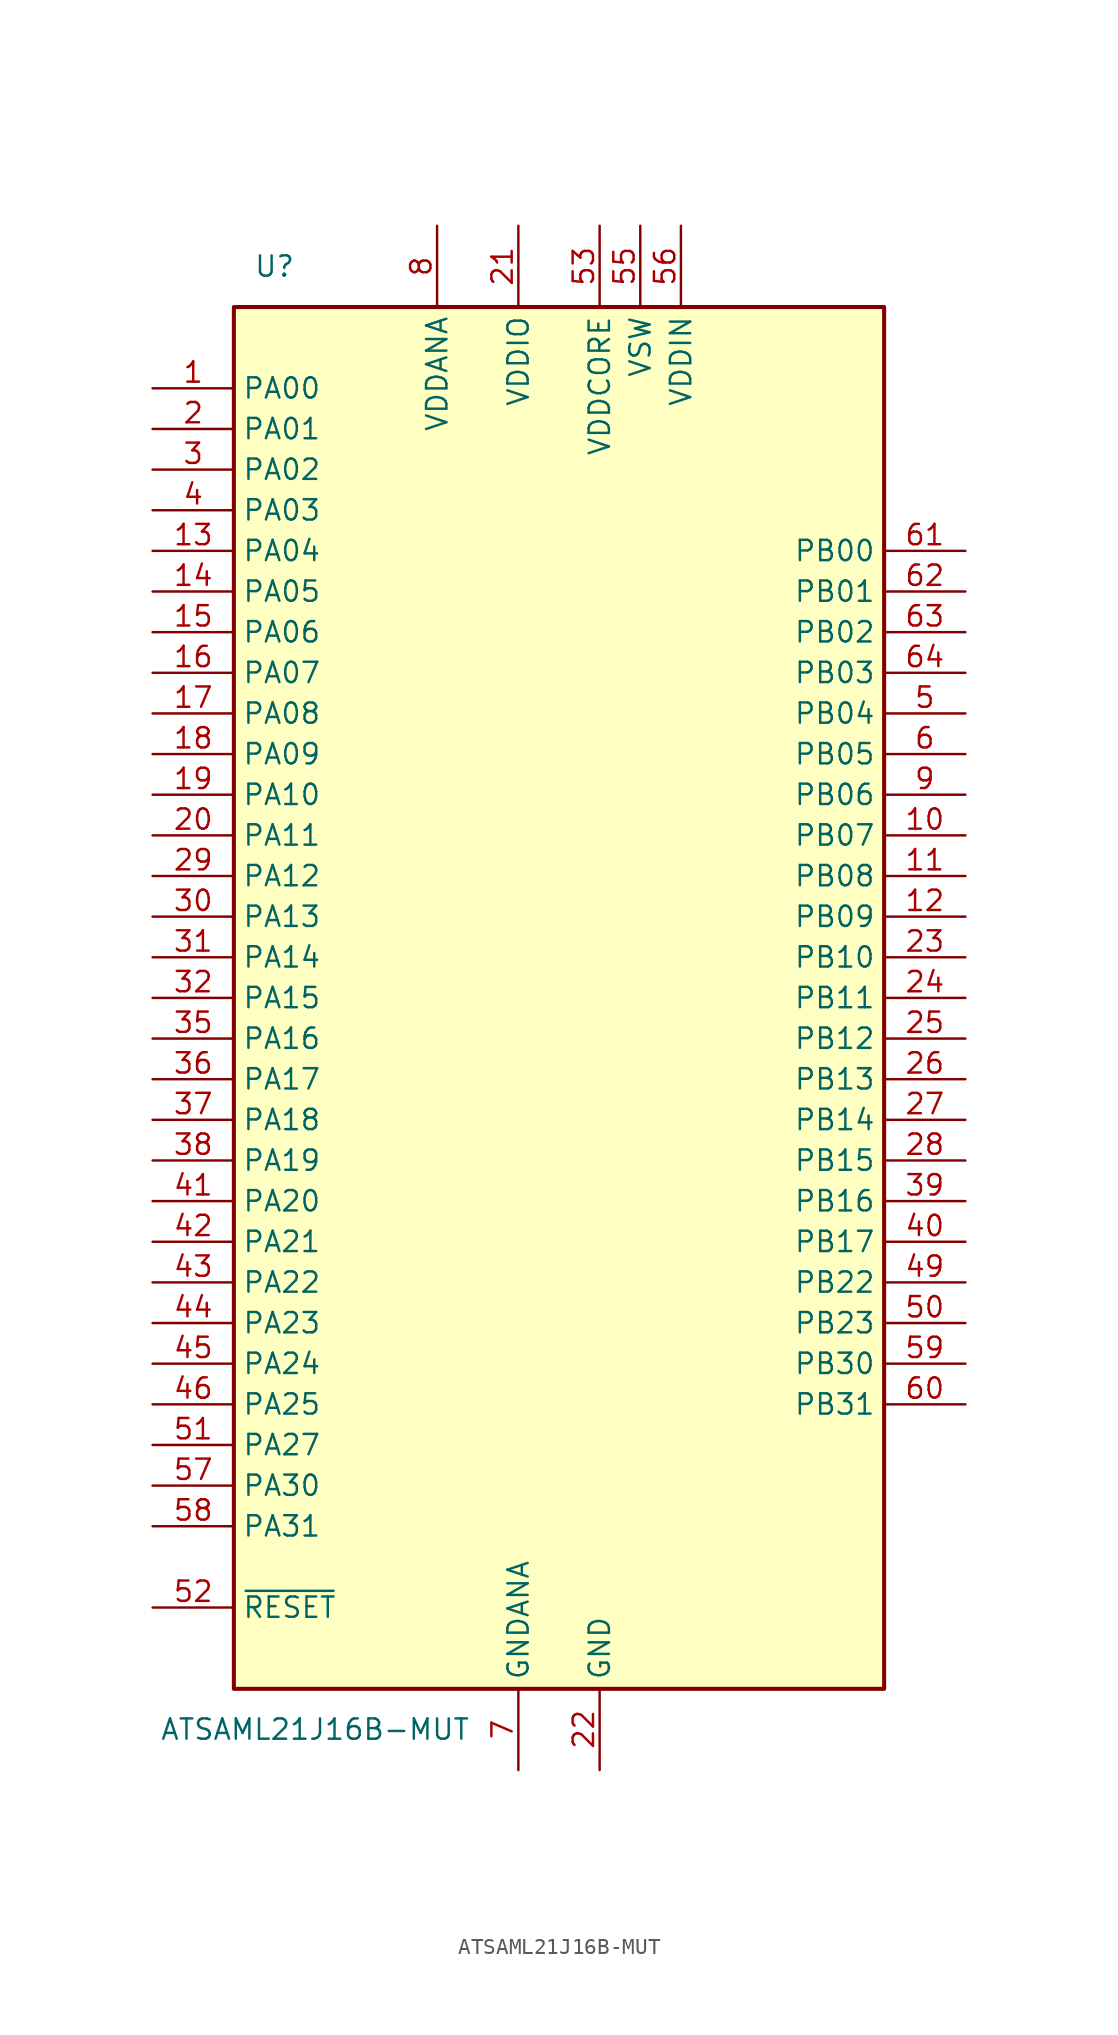
<source format=kicad_sym>
(kicad_symbol_lib
  (version 20211014)
  (generator kicad_symbol_editor)
  (symbol "ATSAML21J16B-MUT"
    (property "Reference" "U"
      (at -17.78 45.72 0)
      (effects (font (size 1.27 1.27))))
    (property "Value" "ATSAML21J16B-MUT"
      (at -15.24 -45.72 0)
      (effects (font (size 1.27 1.27))))
    (symbol "ATSAML21J16B-MUT_0_1"
      (rectangle (start -20.32 43.18) (end 20.32 -43.18) (stroke (width 0.254) (type default) (color 0 0 0 0)) (fill (type background))))
    (symbol "ATSAML21J16B-MUT_1_1"
      (pin bidirectional line (at -25.4 38.1 0) (length 5.08) (name "PA00" (effects (font (size 1.27 1.27)))) (number "1" (effects (font (size 1.27 1.27)))))
      (pin bidirectional line (at 25.4 10.16 180) (length 5.08) (name "PB07" (effects (font (size 1.27 1.27)))) (number "10" (effects (font (size 1.27 1.27)))))
      (pin bidirectional line (at 25.4 7.62 180) (length 5.08) (name "PB08" (effects (font (size 1.27 1.27)))) (number "11" (effects (font (size 1.27 1.27)))))
      (pin bidirectional line (at 25.4 5.08 180) (length 5.08) (name "PB09" (effects (font (size 1.27 1.27)))) (number "12" (effects (font (size 1.27 1.27)))))
      (pin bidirectional line (at -25.4 27.94 0) (length 5.08) (name "PA04" (effects (font (size 1.27 1.27)))) (number "13" (effects (font (size 1.27 1.27)))))
      (pin bidirectional line (at -25.4 25.4 0) (length 5.08) (name "PA05" (effects (font (size 1.27 1.27)))) (number "14" (effects (font (size 1.27 1.27)))))
      (pin bidirectional line (at -25.4 22.86 0) (length 5.08) (name "PA06" (effects (font (size 1.27 1.27)))) (number "15" (effects (font (size 1.27 1.27)))))
      (pin bidirectional line (at -25.4 20.32 0) (length 5.08) (name "PA07" (effects (font (size 1.27 1.27)))) (number "16" (effects (font (size 1.27 1.27)))))
      (pin bidirectional line (at -25.4 17.78 0) (length 5.08) (name "PA08" (effects (font (size 1.27 1.27)))) (number "17" (effects (font (size 1.27 1.27)))))
      (pin bidirectional line (at -25.4 15.24 0) (length 5.08) (name "PA09" (effects (font (size 1.27 1.27)))) (number "18" (effects (font (size 1.27 1.27)))))
      (pin bidirectional line (at -25.4 12.7 0) (length 5.08) (name "PA10" (effects (font (size 1.27 1.27)))) (number "19" (effects (font (size 1.27 1.27)))))
      (pin bidirectional line (at -25.4 35.56 0) (length 5.08) (name "PA01" (effects (font (size 1.27 1.27)))) (number "2" (effects (font (size 1.27 1.27)))))
      (pin bidirectional line (at -25.4 10.16 0) (length 5.08) (name "PA11" (effects (font (size 1.27 1.27)))) (number "20" (effects (font (size 1.27 1.27)))))
      (pin power_in line (at -2.54 48.26 270) (length 5.08) (name "VDDIO" (effects (font (size 1.27 1.27)))) (number "21" (effects (font (size 1.27 1.27)))))
      (pin power_in line (at 2.54 -48.26 90) (length 5.08) (name "GND" (effects (font (size 1.27 1.27)))) (number "22" (effects (font (size 1.27 1.27)))))
      (pin bidirectional line (at 25.4 2.54 180) (length 5.08) (name "PB10" (effects (font (size 1.27 1.27)))) (number "23" (effects (font (size 1.27 1.27)))))
      (pin bidirectional line (at 25.4 0 180) (length 5.08) (name "PB11" (effects (font (size 1.27 1.27)))) (number "24" (effects (font (size 1.27 1.27)))))
      (pin bidirectional line (at 25.4 -2.54 180) (length 5.08) (name "PB12" (effects (font (size 1.27 1.27)))) (number "25" (effects (font (size 1.27 1.27)))))
      (pin bidirectional line (at 25.4 -5.08 180) (length 5.08) (name "PB13" (effects (font (size 1.27 1.27)))) (number "26" (effects (font (size 1.27 1.27)))))
      (pin bidirectional line (at 25.4 -7.62 180) (length 5.08) (name "PB14" (effects (font (size 1.27 1.27)))) (number "27" (effects (font (size 1.27 1.27)))))
      (pin bidirectional line (at 25.4 -10.16 180) (length 5.08) (name "PB15" (effects (font (size 1.27 1.27)))) (number "28" (effects (font (size 1.27 1.27)))))
      (pin bidirectional line (at -25.4 7.62 0) (length 5.08) (name "PA12" (effects (font (size 1.27 1.27)))) (number "29" (effects (font (size 1.27 1.27)))))
      (pin bidirectional line (at -25.4 33.02 0) (length 5.08) (name "PA02" (effects (font (size 1.27 1.27)))) (number "3" (effects (font (size 1.27 1.27)))))
      (pin bidirectional line (at -25.4 5.08 0) (length 5.08) (name "PA13" (effects (font (size 1.27 1.27)))) (number "30" (effects (font (size 1.27 1.27)))))
      (pin bidirectional line (at -25.4 2.54 0) (length 5.08) (name "PA14" (effects (font (size 1.27 1.27)))) (number "31" (effects (font (size 1.27 1.27)))))
      (pin bidirectional line (at -25.4 0 0) (length 5.08) (name "PA15" (effects (font (size 1.27 1.27)))) (number "32" (effects (font (size 1.27 1.27)))))
      (pin passive line (at 2.54 -48.26 90) (length 5.08) hide (name "GND" (effects (font (size 1.27 1.27)))) (number "33" (effects (font (size 1.27 1.27)))))
      (pin passive line (at -2.54 48.26 270) (length 5.08) hide (name "VDDIO" (effects (font (size 1.27 1.27)))) (number "34" (effects (font (size 1.27 1.27)))))
      (pin bidirectional line (at -25.4 -2.54 0) (length 5.08) (name "PA16" (effects (font (size 1.27 1.27)))) (number "35" (effects (font (size 1.27 1.27)))))
      (pin bidirectional line (at -25.4 -5.08 0) (length 5.08) (name "PA17" (effects (font (size 1.27 1.27)))) (number "36" (effects (font (size 1.27 1.27)))))
      (pin bidirectional line (at -25.4 -7.62 0) (length 5.08) (name "PA18" (effects (font (size 1.27 1.27)))) (number "37" (effects (font (size 1.27 1.27)))))
      (pin bidirectional line (at -25.4 -10.16 0) (length 5.08) (name "PA19" (effects (font (size 1.27 1.27)))) (number "38" (effects (font (size 1.27 1.27)))))
      (pin bidirectional line (at 25.4 -12.7 180) (length 5.08) (name "PB16" (effects (font (size 1.27 1.27)))) (number "39" (effects (font (size 1.27 1.27)))))
      (pin bidirectional line (at -25.4 30.48 0) (length 5.08) (name "PA03" (effects (font (size 1.27 1.27)))) (number "4" (effects (font (size 1.27 1.27)))))
      (pin bidirectional line (at 25.4 -15.24 180) (length 5.08) (name "PB17" (effects (font (size 1.27 1.27)))) (number "40" (effects (font (size 1.27 1.27)))))
      (pin bidirectional line (at -25.4 -12.7 0) (length 5.08) (name "PA20" (effects (font (size 1.27 1.27)))) (number "41" (effects (font (size 1.27 1.27)))))
      (pin bidirectional line (at -25.4 -15.24 0) (length 5.08) (name "PA21" (effects (font (size 1.27 1.27)))) (number "42" (effects (font (size 1.27 1.27)))))
      (pin bidirectional line (at -25.4 -17.78 0) (length 5.08) (name "PA22" (effects (font (size 1.27 1.27)))) (number "43" (effects (font (size 1.27 1.27)))))
      (pin bidirectional line (at -25.4 -20.32 0) (length 5.08) (name "PA23" (effects (font (size 1.27 1.27)))) (number "44" (effects (font (size 1.27 1.27)))))
      (pin bidirectional line (at -25.4 -22.86 0) (length 5.08) (name "PA24" (effects (font (size 1.27 1.27)))) (number "45" (effects (font (size 1.27 1.27)))))
      (pin bidirectional line (at -25.4 -25.4 0) (length 5.08) (name "PA25" (effects (font (size 1.27 1.27)))) (number "46" (effects (font (size 1.27 1.27)))))
      (pin passive line (at 2.54 -48.26 90) (length 5.08) hide (name "GND" (effects (font (size 1.27 1.27)))) (number "47" (effects (font (size 1.27 1.27)))))
      (pin passive line (at -2.54 48.26 270) (length 5.08) hide (name "VDDIO" (effects (font (size 1.27 1.27)))) (number "48" (effects (font (size 1.27 1.27)))))
      (pin bidirectional line (at 25.4 -17.78 180) (length 5.08) (name "PB22" (effects (font (size 1.27 1.27)))) (number "49" (effects (font (size 1.27 1.27)))))
      (pin bidirectional line (at 25.4 17.78 180) (length 5.08) (name "PB04" (effects (font (size 1.27 1.27)))) (number "5" (effects (font (size 1.27 1.27)))))
      (pin bidirectional line (at 25.4 -20.32 180) (length 5.08) (name "PB23" (effects (font (size 1.27 1.27)))) (number "50" (effects (font (size 1.27 1.27)))))
      (pin bidirectional line (at -25.4 -27.94 0) (length 5.08) (name "PA27" (effects (font (size 1.27 1.27)))) (number "51" (effects (font (size 1.27 1.27)))))
      (pin input line (at -25.4 -38.1 0) (length 5.08) (name "~{RESET}" (effects (font (size 1.27 1.27)))) (number "52" (effects (font (size 1.27 1.27)))))
      (pin power_in line (at 2.54 48.26 270) (length 5.08) (name "VDDCORE" (effects (font (size 1.27 1.27)))) (number "53" (effects (font (size 1.27 1.27)))))
      (pin passive line (at 2.54 -48.26 90) (length 5.08) hide (name "GND" (effects (font (size 1.27 1.27)))) (number "54" (effects (font (size 1.27 1.27)))))
      (pin power_out line (at 5.08 48.26 270) (length 5.08) (name "VSW" (effects (font (size 1.27 1.27)))) (number "55" (effects (font (size 1.27 1.27)))))
      (pin power_in line (at 7.62 48.26 270) (length 5.08) (name "VDDIN" (effects (font (size 1.27 1.27)))) (number "56" (effects (font (size 1.27 1.27)))))
      (pin bidirectional line (at -25.4 -30.48 0) (length 5.08) (name "PA30" (effects (font (size 1.27 1.27)))) (number "57" (effects (font (size 1.27 1.27)))))
      (pin bidirectional line (at -25.4 -33.02 0) (length 5.08) (name "PA31" (effects (font (size 1.27 1.27)))) (number "58" (effects (font (size 1.27 1.27)))))
      (pin bidirectional line (at 25.4 -22.86 180) (length 5.08) (name "PB30" (effects (font (size 1.27 1.27)))) (number "59" (effects (font (size 1.27 1.27)))))
      (pin bidirectional line (at 25.4 15.24 180) (length 5.08) (name "PB05" (effects (font (size 1.27 1.27)))) (number "6" (effects (font (size 1.27 1.27)))))
      (pin bidirectional line (at 25.4 -25.4 180) (length 5.08) (name "PB31" (effects (font (size 1.27 1.27)))) (number "60" (effects (font (size 1.27 1.27)))))
      (pin bidirectional line (at 25.4 27.94 180) (length 5.08) (name "PB00" (effects (font (size 1.27 1.27)))) (number "61" (effects (font (size 1.27 1.27)))))
      (pin bidirectional line (at 25.4 25.4 180) (length 5.08) (name "PB01" (effects (font (size 1.27 1.27)))) (number "62" (effects (font (size 1.27 1.27)))))
      (pin bidirectional line (at 25.4 22.86 180) (length 5.08) (name "PB02" (effects (font (size 1.27 1.27)))) (number "63" (effects (font (size 1.27 1.27)))))
      (pin bidirectional line (at 25.4 20.32 180) (length 5.08) (name "PB03" (effects (font (size 1.27 1.27)))) (number "64" (effects (font (size 1.27 1.27)))))
      (pin power_in line (at -2.54 -48.26 90) (length 5.08) (name "GNDANA" (effects (font (size 1.27 1.27)))) (number "7" (effects (font (size 1.27 1.27)))))
      (pin power_in line (at -7.62 48.26 270) (length 5.08) (name "VDDANA" (effects (font (size 1.27 1.27)))) (number "8" (effects (font (size 1.27 1.27)))))
      (pin bidirectional line (at 25.4 12.7 180) (length 5.08) (name "PB06" (effects (font (size 1.27 1.27)))) (number "9" (effects (font (size 1.27 1.27))))))))
</source>
